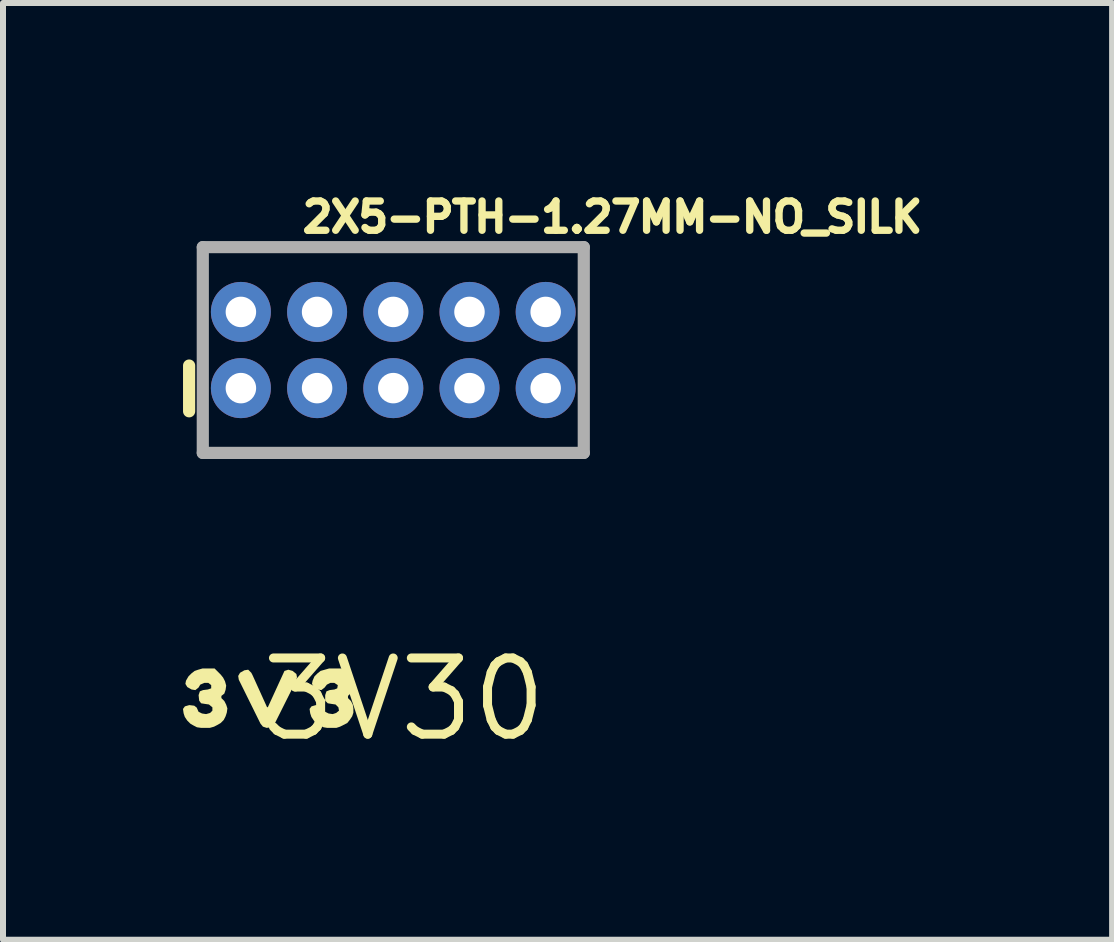
<source format=kicad_pcb>
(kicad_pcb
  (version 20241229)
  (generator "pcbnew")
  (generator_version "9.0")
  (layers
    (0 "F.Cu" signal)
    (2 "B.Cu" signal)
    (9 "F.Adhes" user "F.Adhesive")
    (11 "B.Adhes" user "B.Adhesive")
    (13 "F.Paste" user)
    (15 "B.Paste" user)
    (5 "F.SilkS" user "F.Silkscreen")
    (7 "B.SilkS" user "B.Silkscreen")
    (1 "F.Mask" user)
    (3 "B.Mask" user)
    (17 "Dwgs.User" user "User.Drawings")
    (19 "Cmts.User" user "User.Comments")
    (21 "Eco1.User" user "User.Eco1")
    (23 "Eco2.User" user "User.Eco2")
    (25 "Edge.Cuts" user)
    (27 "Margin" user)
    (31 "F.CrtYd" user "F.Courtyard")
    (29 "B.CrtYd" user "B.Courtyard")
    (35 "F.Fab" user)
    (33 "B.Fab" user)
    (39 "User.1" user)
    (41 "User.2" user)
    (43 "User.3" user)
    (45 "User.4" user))
  (footprint "2X5-PTH-1.27MM-NO_SILK"
    (layer "F.Cu")
    (at 3.505 2.784)
    (property "Reference" "2X5-PTH-1.27MM-NO_SILK" (at -1.575 -1.93 0) (layer "F.SilkS") (effects (font (size 0.488 0.488) (thickness 0.122)) (justify left bottom)))
    (fp_line (start -3.403 1.021) (end -3.403 0.259) (stroke (width 0.203) (type solid)) (layer "F.SilkS"))
    (fp_line (start -3.175 -1.715) (end -3.175 1.715) (stroke (width 0.203) (type solid)) (layer "F.Fab"))
    (fp_line (start -3.175 1.715) (end 3.175 1.715) (stroke (width 0.203) (type solid)) (layer "F.Fab"))
    (fp_line (start 3.175 -1.715) (end -3.175 -1.715) (stroke (width 0.203) (type solid)) (layer "F.Fab"))
    (fp_line (start 3.175 1.715) (end 3.175 -1.715) (stroke (width 0.203) (type solid)) (layer "F.Fab"))
    (pad "1" thru_hole circle (at -2.54 0.635) (size 1 1) (drill 0.508) (layers "*.Cu" "*.Mask"))
    (pad "2" thru_hole circle (at -2.54 -0.635) (size 1 1) (drill 0.508) (layers "*.Cu" "*.Mask"))
    (pad "3" thru_hole circle (at -1.27 0.635) (size 1 1) (drill 0.508) (layers "*.Cu" "*.Mask"))
    (pad "4" thru_hole circle (at -1.27 -0.635) (size 1 1) (drill 0.508) (layers "*.Cu" "*.Mask"))
    (pad "5" thru_hole circle (at 0 0.635) (size 1 1) (drill 0.508) (layers "*.Cu" "*.Mask"))
    (pad "6" thru_hole circle (at 0 -0.635) (size 1 1) (drill 0.508) (layers "*.Cu" "*.Mask"))
    (pad "7" thru_hole circle (at 1.27 0.635) (size 1 1) (drill 0.508) (layers "*.Cu" "*.Mask"))
    (pad "8" thru_hole circle (at 1.27 -0.635) (size 1 1) (drill 0.508) (layers "*.Cu" "*.Mask"))
    (pad "9" thru_hole circle (at 2.54 0.635) (size 1 1) (drill 0.508) (layers "*.Cu" "*.Mask"))
    (pad "10" thru_hole circle (at 2.54 -0.635) (size 1 1) (drill 0.508) (layers "*.Cu" "*.Mask")))
  (footprint "3V30"
    (layer "F.Cu")
    (at 3.685 8.607)
    (property "Reference" "3V30" (at 0 0 0) (layer "F.SilkS") (effects (font (size 1.27 1.27) (thickness 0.15))))
    (fp_poly (pts (xy -2.546 -0.443) (xy -2.525 -0.402) (xy -2.286 0.126) (xy -2.272 0.133) (xy -1.994 -0.474) (xy -1.93 -0.495) (xy -1.858 -0.475) (xy -1.795 -0.423) (xy -1.785 -0.37) (xy -1.805 -0.298) (xy -2.166 0.423) (xy -2.218 0.465) (xy -2.29 0.475) (xy -2.353 0.454) (xy -2.394 0.403) (xy -2.755 -0.328) (xy -2.765 -0.391) (xy -2.734 -0.444) (xy -2.662 -0.485) (xy -2.598 -0.495)) (stroke (width 0) (type default)) (fill yes) (layer "F.SilkS"))
    (fp_poly (pts (xy -0.946 -0.413) (xy -0.906 -0.363) (xy -0.875 -0.302) (xy -0.865 -0.23) (xy -0.865 -0.159) (xy -0.896 -0.097) (xy -0.935 -0.058) (xy -0.935 -0.022) (xy -0.886 0.027) (xy -0.855 0.088) (xy -0.845 0.15) (xy -0.845 0.221) (xy -0.865 0.282) (xy -0.906 0.343) (xy -0.947 0.394) (xy -1.068 0.455) (xy -1.129 0.475) (xy -1.28 0.475) (xy -1.342 0.465) (xy -1.463 0.404) (xy -1.504 0.353) (xy -1.545 0.292) (xy -1.565 0.231) (xy -1.575 0.159) (xy -1.543 0.116) (xy -1.47 0.095) (xy -1.388 0.105) (xy -1.346 0.137) (xy -1.316 0.206) (xy -1.258 0.235) (xy -1.19 0.245) (xy -1.132 0.226) (xy -1.085 0.188) (xy -1.095 0.132) (xy -1.142 0.085) (xy -1.211 0.075) (xy -1.272 0.065) (xy -1.315 0.022) (xy -1.315 -0.071) (xy -1.294 -0.134) (xy -1.241 -0.155) (xy -1.161 -0.165) (xy -1.114 -0.184) (xy -1.105 -0.238) (xy -1.162 -0.275) (xy -1.229 -0.275) (xy -1.287 -0.246) (xy -1.326 -0.196) (xy -1.379 -0.155) (xy -1.442 -0.165) (xy -1.504 -0.206) (xy -1.535 -0.259) (xy -1.525 -0.311) (xy -1.494 -0.383) (xy -1.443 -0.434) (xy -1.392 -0.475) (xy -1.321 -0.495) (xy -1.251 -0.515) (xy -1.048 -0.515)) (stroke (width 0) (type default)) (fill yes) (layer "F.SilkS"))
    (fp_poly (pts (xy -3.056 -0.413) (xy -3.016 -0.363) (xy -2.985 -0.302) (xy -2.965 -0.23) (xy -2.975 -0.159) (xy -2.996 -0.097) (xy -3.045 -0.058) (xy -3.045 -0.022) (xy -2.996 0.027) (xy -2.965 0.088) (xy -2.945 0.15) (xy -2.955 0.221) (xy -2.975 0.282) (xy -3.006 0.343) (xy -3.057 0.394) (xy -3.108 0.424) (xy -3.168 0.455) (xy -3.239 0.475) (xy -3.38 0.475) (xy -3.452 0.465) (xy -3.512 0.434) (xy -3.563 0.404) (xy -3.614 0.353) (xy -3.655 0.292) (xy -3.675 0.231) (xy -3.685 0.159) (xy -3.653 0.116) (xy -3.58 0.095) (xy -3.498 0.105) (xy -3.456 0.137) (xy -3.426 0.206) (xy -3.368 0.235) (xy -3.3 0.245) (xy -3.233 0.226) (xy -3.195 0.188) (xy -3.195 0.132) (xy -3.252 0.085) (xy -3.321 0.075) (xy -3.383 0.065) (xy -3.415 0.022) (xy -3.425 -0.071) (xy -3.404 -0.134) (xy -3.351 -0.155) (xy -3.271 -0.165) (xy -3.215 -0.184) (xy -3.215 -0.238) (xy -3.262 -0.275) (xy -3.329 -0.275) (xy -3.397 -0.246) (xy -3.426 -0.197) (xy -3.479 -0.155) (xy -3.542 -0.165) (xy -3.614 -0.206) (xy -3.645 -0.259) (xy -3.635 -0.312) (xy -3.594 -0.383) (xy -3.543 -0.434) (xy -3.492 -0.474) (xy -3.431 -0.495) (xy -3.361 -0.515) (xy -3.158 -0.515)) (stroke (width 0) (type default)) (fill yes) (layer "F.SilkS")))
  (gr_rect
    (start -3 -3)
    (end 15.486 12.613)
    (stroke (width 0.1) (type default))
    (fill no)
    (layer "Edge.Cuts")))
</source>
